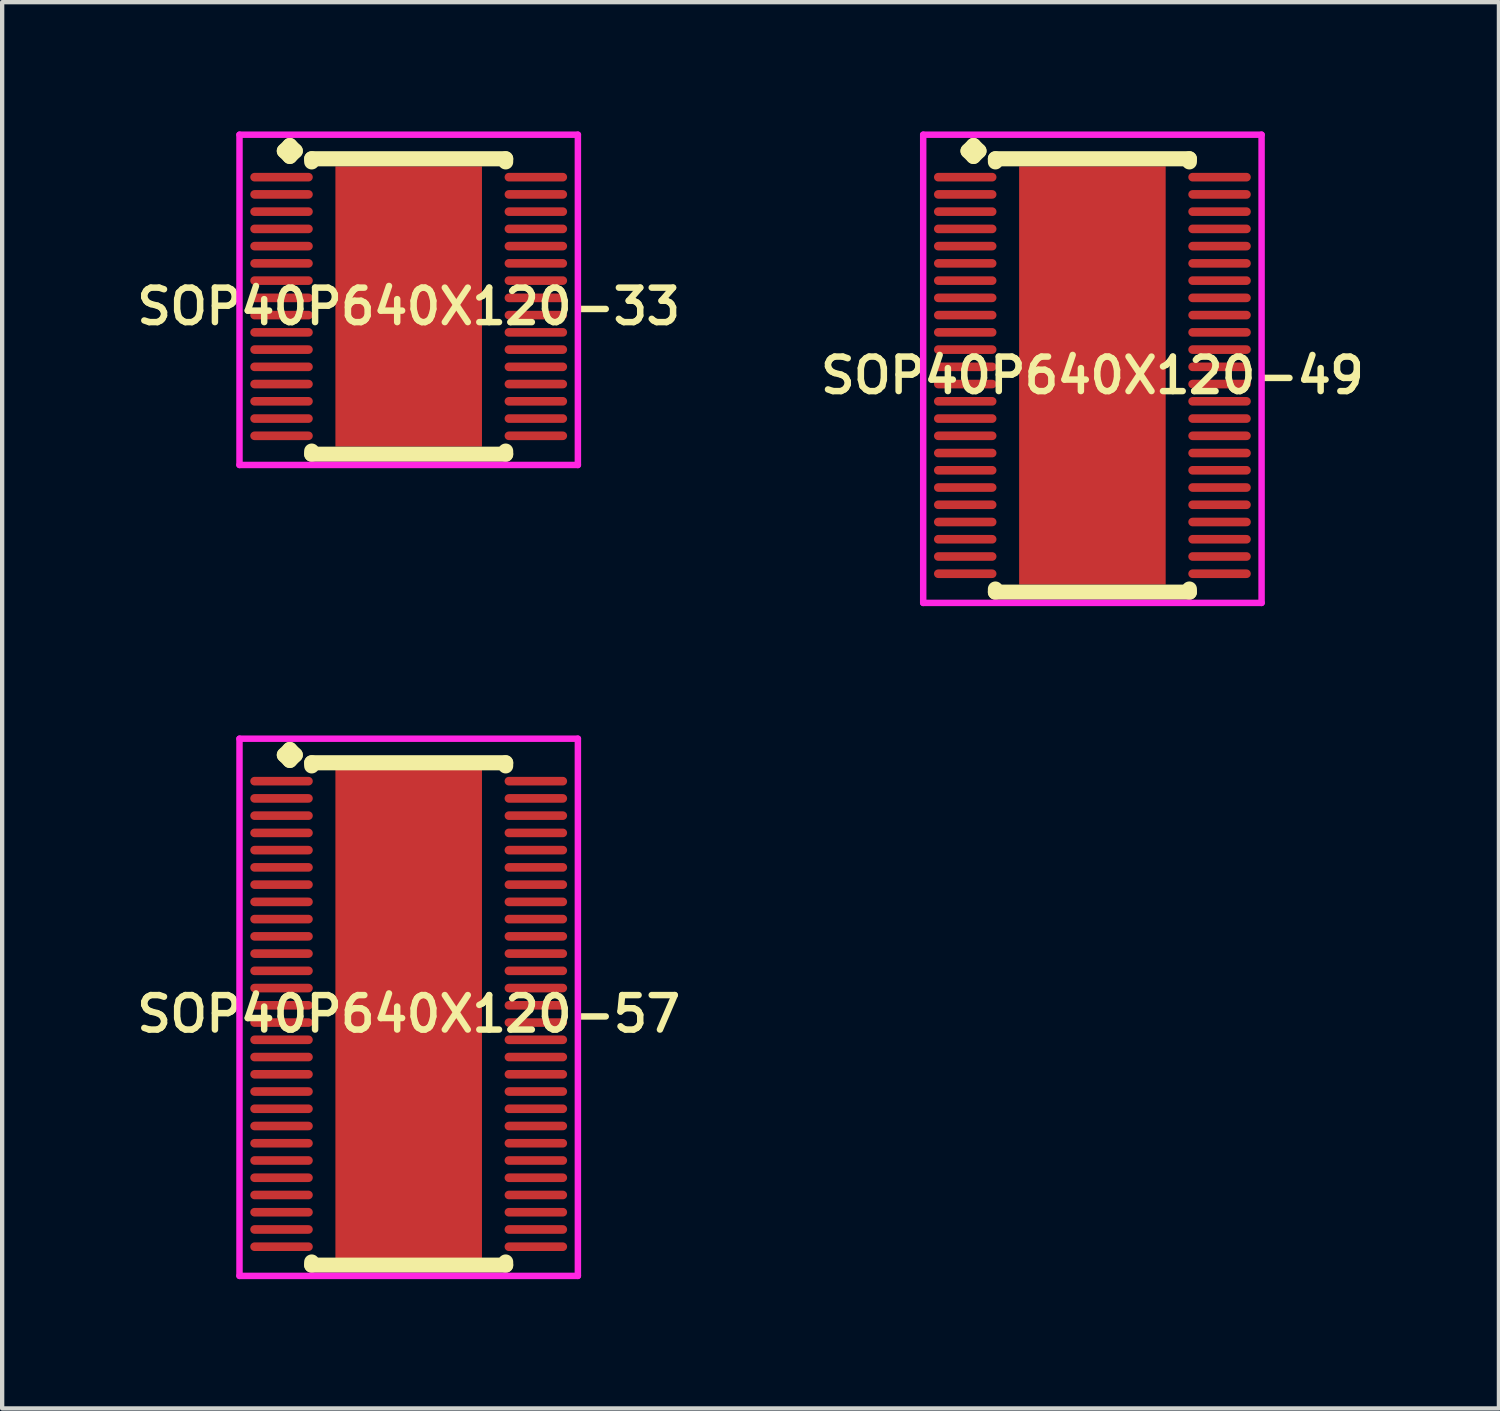
<source format=kicad_pcb>
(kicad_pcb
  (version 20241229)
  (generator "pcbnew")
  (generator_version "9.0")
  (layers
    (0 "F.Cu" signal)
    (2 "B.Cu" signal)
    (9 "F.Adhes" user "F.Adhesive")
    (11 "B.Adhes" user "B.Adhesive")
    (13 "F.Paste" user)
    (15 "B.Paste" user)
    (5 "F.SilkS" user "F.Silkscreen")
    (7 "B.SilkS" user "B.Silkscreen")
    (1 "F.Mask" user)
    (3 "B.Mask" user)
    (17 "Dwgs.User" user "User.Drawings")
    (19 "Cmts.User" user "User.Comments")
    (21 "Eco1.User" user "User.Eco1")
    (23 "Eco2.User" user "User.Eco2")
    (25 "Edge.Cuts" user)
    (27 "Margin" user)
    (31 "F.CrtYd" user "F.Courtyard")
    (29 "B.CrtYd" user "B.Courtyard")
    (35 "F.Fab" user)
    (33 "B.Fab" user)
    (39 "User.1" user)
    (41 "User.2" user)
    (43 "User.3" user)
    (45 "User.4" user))
  (footprint "SOP40P640X120-49"
    (layer "F.Cu")
    (at 22.292 5.66)
    (property "Reference" "SOP40P640X120-49" (at 0 0 0) (layer "F.SilkS") (effects (font (size 0.8 0.8) (thickness 0.15))))
    (attr smd)
    (fp_line (start -2.885 -5.208) (end -2.758 -5.335) (stroke (width 0.35) (type solid)) (layer "F.SilkS"))
    (fp_line (start -2.758 -5.335) (end -2.631 -5.208) (stroke (width 0.35) (type solid)) (layer "F.SilkS"))
    (fp_line (start -2.758 -5.081) (end -2.885 -5.208) (stroke (width 0.35) (type solid)) (layer "F.SilkS"))
    (fp_line (start -2.631 -5.208) (end -2.758 -5.081) (stroke (width 0.35) (type solid)) (layer "F.SilkS"))
    (fp_line (start -2.25 -5.027) (end 2.25 -5.027) (stroke (width 0.35) (type solid)) (layer "F.SilkS"))
    (fp_line (start -2.25 -4.954) (end -2.25 -5.027) (stroke (width 0.35) (type solid)) (layer "F.SilkS"))
    (fp_line (start -2.25 4.954) (end -2.25 5.027) (stroke (width 0.35) (type solid)) (layer "F.SilkS"))
    (fp_line (start -2.25 5.027) (end 2.25 5.027) (stroke (width 0.35) (type solid)) (layer "F.SilkS"))
    (fp_line (start 2.25 -5.027) (end 2.25 -4.954) (stroke (width 0.35) (type solid)) (layer "F.SilkS"))
    (fp_line (start 2.25 5.027) (end 2.25 4.954) (stroke (width 0.35) (type solid)) (layer "F.SilkS"))
    (fp_line (start -3.925 -5.585) (end 3.925 -5.585) (stroke (width 0.15) (type solid)) (layer "F.CrtYd"))
    (fp_line (start -3.925 5.277) (end -3.925 -5.585) (stroke (width 0.15) (type solid)) (layer "F.CrtYd"))
    (fp_line (start 3.925 -5.585) (end 3.925 5.277) (stroke (width 0.15) (type solid)) (layer "F.CrtYd"))
    (fp_line (start 3.925 5.277) (end -3.925 5.277) (stroke (width 0.15) (type solid)) (layer "F.CrtYd"))
    (pad "1" smd oval (at -2.95 -4.6) (size 1.45 0.2) (layers "F.Cu" "F.Mask" "F.Paste"))
    (pad "2" smd oval (at -2.95 -4.2) (size 1.45 0.2) (layers "F.Cu" "F.Mask" "F.Paste"))
    (pad "3" smd oval (at -2.95 -3.8) (size 1.45 0.2) (layers "F.Cu" "F.Mask" "F.Paste"))
    (pad "4" smd oval (at -2.95 -3.4) (size 1.45 0.2) (layers "F.Cu" "F.Mask" "F.Paste"))
    (pad "5" smd oval (at -2.95 -3) (size 1.45 0.2) (layers "F.Cu" "F.Mask" "F.Paste"))
    (pad "6" smd oval (at -2.95 -2.6) (size 1.45 0.2) (layers "F.Cu" "F.Mask" "F.Paste"))
    (pad "7" smd oval (at -2.95 -2.2) (size 1.45 0.2) (layers "F.Cu" "F.Mask" "F.Paste"))
    (pad "8" smd oval (at -2.95 -1.8) (size 1.45 0.2) (layers "F.Cu" "F.Mask" "F.Paste"))
    (pad "9" smd oval (at -2.95 -1.4) (size 1.45 0.2) (layers "F.Cu" "F.Mask" "F.Paste"))
    (pad "10" smd oval (at -2.95 -1) (size 1.45 0.2) (layers "F.Cu" "F.Mask" "F.Paste"))
    (pad "11" smd oval (at -2.95 -0.6) (size 1.45 0.2) (layers "F.Cu" "F.Mask" "F.Paste"))
    (pad "12" smd oval (at -2.95 -0.2) (size 1.45 0.2) (layers "F.Cu" "F.Mask" "F.Paste"))
    (pad "13" smd oval (at -2.95 0.2) (size 1.45 0.2) (layers "F.Cu" "F.Mask" "F.Paste"))
    (pad "14" smd oval (at -2.95 0.6) (size 1.45 0.2) (layers "F.Cu" "F.Mask" "F.Paste"))
    (pad "15" smd oval (at -2.95 1) (size 1.45 0.2) (layers "F.Cu" "F.Mask" "F.Paste"))
    (pad "16" smd oval (at -2.95 1.4) (size 1.45 0.2) (layers "F.Cu" "F.Mask" "F.Paste"))
    (pad "17" smd oval (at -2.95 1.8) (size 1.45 0.2) (layers "F.Cu" "F.Mask" "F.Paste"))
    (pad "18" smd oval (at -2.95 2.2) (size 1.45 0.2) (layers "F.Cu" "F.Mask" "F.Paste"))
    (pad "19" smd oval (at -2.95 2.6) (size 1.45 0.2) (layers "F.Cu" "F.Mask" "F.Paste"))
    (pad "20" smd oval (at -2.95 3) (size 1.45 0.2) (layers "F.Cu" "F.Mask" "F.Paste"))
    (pad "21" smd oval (at -2.95 3.4) (size 1.45 0.2) (layers "F.Cu" "F.Mask" "F.Paste"))
    (pad "22" smd oval (at -2.95 3.8) (size 1.45 0.2) (layers "F.Cu" "F.Mask" "F.Paste"))
    (pad "23" smd oval (at -2.95 4.2) (size 1.45 0.2) (layers "F.Cu" "F.Mask" "F.Paste"))
    (pad "24" smd oval (at -2.95 4.6) (size 1.45 0.2) (layers "F.Cu" "F.Mask" "F.Paste"))
    (pad "25" smd oval (at 2.95 4.6) (size 1.45 0.2) (layers "F.Cu" "F.Mask" "F.Paste"))
    (pad "26" smd oval (at 2.95 4.2) (size 1.45 0.2) (layers "F.Cu" "F.Mask" "F.Paste"))
    (pad "27" smd oval (at 2.95 3.8) (size 1.45 0.2) (layers "F.Cu" "F.Mask" "F.Paste"))
    (pad "28" smd oval (at 2.95 3.4) (size 1.45 0.2) (layers "F.Cu" "F.Mask" "F.Paste"))
    (pad "29" smd oval (at 2.95 3) (size 1.45 0.2) (layers "F.Cu" "F.Mask" "F.Paste"))
    (pad "30" smd oval (at 2.95 2.6) (size 1.45 0.2) (layers "F.Cu" "F.Mask" "F.Paste"))
    (pad "31" smd oval (at 2.95 2.2) (size 1.45 0.2) (layers "F.Cu" "F.Mask" "F.Paste"))
    (pad "32" smd oval (at 2.95 1.8) (size 1.45 0.2) (layers "F.Cu" "F.Mask" "F.Paste"))
    (pad "33" smd oval (at 2.95 1.4) (size 1.45 0.2) (layers "F.Cu" "F.Mask" "F.Paste"))
    (pad "34" smd oval (at 2.95 1) (size 1.45 0.2) (layers "F.Cu" "F.Mask" "F.Paste"))
    (pad "35" smd oval (at 2.95 0.6) (size 1.45 0.2) (layers "F.Cu" "F.Mask" "F.Paste"))
    (pad "36" smd oval (at 2.95 0.2) (size 1.45 0.2) (layers "F.Cu" "F.Mask" "F.Paste"))
    (pad "37" smd oval (at 2.95 -0.2) (size 1.45 0.2) (layers "F.Cu" "F.Mask" "F.Paste"))
    (pad "38" smd oval (at 2.95 -0.6) (size 1.45 0.2) (layers "F.Cu" "F.Mask" "F.Paste"))
    (pad "39" smd oval (at 2.95 -1) (size 1.45 0.2) (layers "F.Cu" "F.Mask" "F.Paste"))
    (pad "40" smd oval (at 2.95 -1.4) (size 1.45 0.2) (layers "F.Cu" "F.Mask" "F.Paste"))
    (pad "41" smd oval (at 2.95 -1.8) (size 1.45 0.2) (layers "F.Cu" "F.Mask" "F.Paste"))
    (pad "42" smd oval (at 2.95 -2.2) (size 1.45 0.2) (layers "F.Cu" "F.Mask" "F.Paste"))
    (pad "43" smd oval (at 2.95 -2.6) (size 1.45 0.2) (layers "F.Cu" "F.Mask" "F.Paste"))
    (pad "44" smd oval (at 2.95 -3) (size 1.45 0.2) (layers "F.Cu" "F.Mask" "F.Paste"))
    (pad "45" smd oval (at 2.95 -3.4) (size 1.45 0.2) (layers "F.Cu" "F.Mask" "F.Paste"))
    (pad "46" smd oval (at 2.95 -3.8) (size 1.45 0.2) (layers "F.Cu" "F.Mask" "F.Paste"))
    (pad "47" smd oval (at 2.95 -4.2) (size 1.45 0.2) (layers "F.Cu" "F.Mask" "F.Paste"))
    (pad "48" smd oval (at 2.95 -4.6) (size 1.45 0.2) (layers "F.Cu" "F.Mask" "F.Paste"))
    (pad "49" smd rect (at 0 0) (size 3.4 9.7) (layers "F.Cu" "F.Mask" "F.Paste")))
  (footprint "SOP40P640X120-57"
    (layer "F.Cu")
    (at 6.431 20.472)
    (property "Reference" "SOP40P640X120-57" (at 0 0 0) (layer "F.SilkS") (effects (font (size 0.8 0.8) (thickness 0.15))))
    (attr smd)
    (fp_line (start -2.885 -6.008) (end -2.758 -6.135) (stroke (width 0.35) (type solid)) (layer "F.SilkS"))
    (fp_line (start -2.758 -6.135) (end -2.631 -6.008) (stroke (width 0.35) (type solid)) (layer "F.SilkS"))
    (fp_line (start -2.758 -5.881) (end -2.885 -6.008) (stroke (width 0.35) (type solid)) (layer "F.SilkS"))
    (fp_line (start -2.631 -6.008) (end -2.758 -5.881) (stroke (width 0.35) (type solid)) (layer "F.SilkS"))
    (fp_line (start -2.25 -5.827) (end 2.25 -5.827) (stroke (width 0.35) (type solid)) (layer "F.SilkS"))
    (fp_line (start -2.25 -5.754) (end -2.25 -5.827) (stroke (width 0.35) (type solid)) (layer "F.SilkS"))
    (fp_line (start -2.25 5.754) (end -2.25 5.827) (stroke (width 0.35) (type solid)) (layer "F.SilkS"))
    (fp_line (start -2.25 5.827) (end 2.25 5.827) (stroke (width 0.35) (type solid)) (layer "F.SilkS"))
    (fp_line (start 2.25 -5.827) (end 2.25 -5.754) (stroke (width 0.35) (type solid)) (layer "F.SilkS"))
    (fp_line (start 2.25 5.827) (end 2.25 5.754) (stroke (width 0.35) (type solid)) (layer "F.SilkS"))
    (fp_line (start -3.925 -6.385) (end 3.925 -6.385) (stroke (width 0.15) (type solid)) (layer "F.CrtYd"))
    (fp_line (start -3.925 6.077) (end -3.925 -6.385) (stroke (width 0.15) (type solid)) (layer "F.CrtYd"))
    (fp_line (start 3.925 -6.385) (end 3.925 6.077) (stroke (width 0.15) (type solid)) (layer "F.CrtYd"))
    (fp_line (start 3.925 6.077) (end -3.925 6.077) (stroke (width 0.15) (type solid)) (layer "F.CrtYd"))
    (pad "1" smd oval (at -2.95 -5.4) (size 1.45 0.2) (layers "F.Cu" "F.Mask" "F.Paste"))
    (pad "2" smd oval (at -2.95 -5) (size 1.45 0.2) (layers "F.Cu" "F.Mask" "F.Paste"))
    (pad "3" smd oval (at -2.95 -4.6) (size 1.45 0.2) (layers "F.Cu" "F.Mask" "F.Paste"))
    (pad "4" smd oval (at -2.95 -4.2) (size 1.45 0.2) (layers "F.Cu" "F.Mask" "F.Paste"))
    (pad "5" smd oval (at -2.95 -3.8) (size 1.45 0.2) (layers "F.Cu" "F.Mask" "F.Paste"))
    (pad "6" smd oval (at -2.95 -3.4) (size 1.45 0.2) (layers "F.Cu" "F.Mask" "F.Paste"))
    (pad "7" smd oval (at -2.95 -3) (size 1.45 0.2) (layers "F.Cu" "F.Mask" "F.Paste"))
    (pad "8" smd oval (at -2.95 -2.6) (size 1.45 0.2) (layers "F.Cu" "F.Mask" "F.Paste"))
    (pad "9" smd oval (at -2.95 -2.2) (size 1.45 0.2) (layers "F.Cu" "F.Mask" "F.Paste"))
    (pad "10" smd oval (at -2.95 -1.8) (size 1.45 0.2) (layers "F.Cu" "F.Mask" "F.Paste"))
    (pad "11" smd oval (at -2.95 -1.4) (size 1.45 0.2) (layers "F.Cu" "F.Mask" "F.Paste"))
    (pad "12" smd oval (at -2.95 -1) (size 1.45 0.2) (layers "F.Cu" "F.Mask" "F.Paste"))
    (pad "13" smd oval (at -2.95 -0.6) (size 1.45 0.2) (layers "F.Cu" "F.Mask" "F.Paste"))
    (pad "14" smd oval (at -2.95 -0.2) (size 1.45 0.2) (layers "F.Cu" "F.Mask" "F.Paste"))
    (pad "15" smd oval (at -2.95 0.2) (size 1.45 0.2) (layers "F.Cu" "F.Mask" "F.Paste"))
    (pad "16" smd oval (at -2.95 0.6) (size 1.45 0.2) (layers "F.Cu" "F.Mask" "F.Paste"))
    (pad "17" smd oval (at -2.95 1) (size 1.45 0.2) (layers "F.Cu" "F.Mask" "F.Paste"))
    (pad "18" smd oval (at -2.95 1.4) (size 1.45 0.2) (layers "F.Cu" "F.Mask" "F.Paste"))
    (pad "19" smd oval (at -2.95 1.8) (size 1.45 0.2) (layers "F.Cu" "F.Mask" "F.Paste"))
    (pad "20" smd oval (at -2.95 2.2) (size 1.45 0.2) (layers "F.Cu" "F.Mask" "F.Paste"))
    (pad "21" smd oval (at -2.95 2.6) (size 1.45 0.2) (layers "F.Cu" "F.Mask" "F.Paste"))
    (pad "22" smd oval (at -2.95 3) (size 1.45 0.2) (layers "F.Cu" "F.Mask" "F.Paste"))
    (pad "23" smd oval (at -2.95 3.4) (size 1.45 0.2) (layers "F.Cu" "F.Mask" "F.Paste"))
    (pad "24" smd oval (at -2.95 3.8) (size 1.45 0.2) (layers "F.Cu" "F.Mask" "F.Paste"))
    (pad "25" smd oval (at -2.95 4.2) (size 1.45 0.2) (layers "F.Cu" "F.Mask" "F.Paste"))
    (pad "26" smd oval (at -2.95 4.6) (size 1.45 0.2) (layers "F.Cu" "F.Mask" "F.Paste"))
    (pad "27" smd oval (at -2.95 5) (size 1.45 0.2) (layers "F.Cu" "F.Mask" "F.Paste"))
    (pad "28" smd oval (at -2.95 5.4) (size 1.45 0.2) (layers "F.Cu" "F.Mask" "F.Paste"))
    (pad "29" smd oval (at 2.95 5.4) (size 1.45 0.2) (layers "F.Cu" "F.Mask" "F.Paste"))
    (pad "30" smd oval (at 2.95 5) (size 1.45 0.2) (layers "F.Cu" "F.Mask" "F.Paste"))
    (pad "31" smd oval (at 2.95 4.6) (size 1.45 0.2) (layers "F.Cu" "F.Mask" "F.Paste"))
    (pad "32" smd oval (at 2.95 4.2) (size 1.45 0.2) (layers "F.Cu" "F.Mask" "F.Paste"))
    (pad "33" smd oval (at 2.95 3.8) (size 1.45 0.2) (layers "F.Cu" "F.Mask" "F.Paste"))
    (pad "34" smd oval (at 2.95 3.4) (size 1.45 0.2) (layers "F.Cu" "F.Mask" "F.Paste"))
    (pad "35" smd oval (at 2.95 3) (size 1.45 0.2) (layers "F.Cu" "F.Mask" "F.Paste"))
    (pad "36" smd oval (at 2.95 2.6) (size 1.45 0.2) (layers "F.Cu" "F.Mask" "F.Paste"))
    (pad "37" smd oval (at 2.95 2.2) (size 1.45 0.2) (layers "F.Cu" "F.Mask" "F.Paste"))
    (pad "38" smd oval (at 2.95 1.8) (size 1.45 0.2) (layers "F.Cu" "F.Mask" "F.Paste"))
    (pad "39" smd oval (at 2.95 1.4) (size 1.45 0.2) (layers "F.Cu" "F.Mask" "F.Paste"))
    (pad "40" smd oval (at 2.95 1) (size 1.45 0.2) (layers "F.Cu" "F.Mask" "F.Paste"))
    (pad "41" smd oval (at 2.95 0.6) (size 1.45 0.2) (layers "F.Cu" "F.Mask" "F.Paste"))
    (pad "42" smd oval (at 2.95 0.2) (size 1.45 0.2) (layers "F.Cu" "F.Mask" "F.Paste"))
    (pad "43" smd oval (at 2.95 -0.2) (size 1.45 0.2) (layers "F.Cu" "F.Mask" "F.Paste"))
    (pad "44" smd oval (at 2.95 -0.6) (size 1.45 0.2) (layers "F.Cu" "F.Mask" "F.Paste"))
    (pad "45" smd oval (at 2.95 -1) (size 1.45 0.2) (layers "F.Cu" "F.Mask" "F.Paste"))
    (pad "46" smd oval (at 2.95 -1.4) (size 1.45 0.2) (layers "F.Cu" "F.Mask" "F.Paste"))
    (pad "47" smd oval (at 2.95 -1.8) (size 1.45 0.2) (layers "F.Cu" "F.Mask" "F.Paste"))
    (pad "48" smd oval (at 2.95 -2.2) (size 1.45 0.2) (layers "F.Cu" "F.Mask" "F.Paste"))
    (pad "49" smd oval (at 2.95 -2.6) (size 1.45 0.2) (layers "F.Cu" "F.Mask" "F.Paste"))
    (pad "50" smd oval (at 2.95 -3) (size 1.45 0.2) (layers "F.Cu" "F.Mask" "F.Paste"))
    (pad "51" smd oval (at 2.95 -3.4) (size 1.45 0.2) (layers "F.Cu" "F.Mask" "F.Paste"))
    (pad "52" smd oval (at 2.95 -3.8) (size 1.45 0.2) (layers "F.Cu" "F.Mask" "F.Paste"))
    (pad "53" smd oval (at 2.95 -4.2) (size 1.45 0.2) (layers "F.Cu" "F.Mask" "F.Paste"))
    (pad "54" smd oval (at 2.95 -4.6) (size 1.45 0.2) (layers "F.Cu" "F.Mask" "F.Paste"))
    (pad "55" smd oval (at 2.95 -5) (size 1.45 0.2) (layers "F.Cu" "F.Mask" "F.Paste"))
    (pad "56" smd oval (at 2.95 -5.4) (size 1.45 0.2) (layers "F.Cu" "F.Mask" "F.Paste"))
    (pad "57" smd rect (at 0 0) (size 3.4 11.4) (layers "F.Cu" "F.Mask" "F.Paste")))
  (footprint "SOP40P640X120-33"
    (layer "F.Cu")
    (at 6.431 4.06)
    (property "Reference" "SOP40P640X120-33" (at 0 0 0) (layer "F.SilkS") (effects (font (size 0.8 0.8) (thickness 0.15))))
    (attr smd)
    (fp_line (start -2.885 -3.608) (end -2.758 -3.735) (stroke (width 0.35) (type solid)) (layer "F.SilkS"))
    (fp_line (start -2.758 -3.735) (end -2.631 -3.608) (stroke (width 0.35) (type solid)) (layer "F.SilkS"))
    (fp_line (start -2.758 -3.481) (end -2.885 -3.608) (stroke (width 0.35) (type solid)) (layer "F.SilkS"))
    (fp_line (start -2.631 -3.608) (end -2.758 -3.481) (stroke (width 0.35) (type solid)) (layer "F.SilkS"))
    (fp_line (start -2.25 -3.427) (end 2.25 -3.427) (stroke (width 0.35) (type solid)) (layer "F.SilkS"))
    (fp_line (start -2.25 -3.354) (end -2.25 -3.427) (stroke (width 0.35) (type solid)) (layer "F.SilkS"))
    (fp_line (start -2.25 3.354) (end -2.25 3.427) (stroke (width 0.35) (type solid)) (layer "F.SilkS"))
    (fp_line (start -2.25 3.427) (end 2.25 3.427) (stroke (width 0.35) (type solid)) (layer "F.SilkS"))
    (fp_line (start 2.25 -3.427) (end 2.25 -3.354) (stroke (width 0.35) (type solid)) (layer "F.SilkS"))
    (fp_line (start 2.25 3.427) (end 2.25 3.354) (stroke (width 0.35) (type solid)) (layer "F.SilkS"))
    (fp_line (start -3.925 -3.985) (end 3.925 -3.985) (stroke (width 0.15) (type solid)) (layer "F.CrtYd"))
    (fp_line (start -3.925 3.677) (end -3.925 -3.985) (stroke (width 0.15) (type solid)) (layer "F.CrtYd"))
    (fp_line (start 3.925 -3.985) (end 3.925 3.677) (stroke (width 0.15) (type solid)) (layer "F.CrtYd"))
    (fp_line (start 3.925 3.677) (end -3.925 3.677) (stroke (width 0.15) (type solid)) (layer "F.CrtYd"))
    (pad "1" smd oval (at -2.95 -3) (size 1.45 0.2) (layers "F.Cu" "F.Mask" "F.Paste"))
    (pad "2" smd oval (at -2.95 -2.6) (size 1.45 0.2) (layers "F.Cu" "F.Mask" "F.Paste"))
    (pad "3" smd oval (at -2.95 -2.2) (size 1.45 0.2) (layers "F.Cu" "F.Mask" "F.Paste"))
    (pad "4" smd oval (at -2.95 -1.8) (size 1.45 0.2) (layers "F.Cu" "F.Mask" "F.Paste"))
    (pad "5" smd oval (at -2.95 -1.4) (size 1.45 0.2) (layers "F.Cu" "F.Mask" "F.Paste"))
    (pad "6" smd oval (at -2.95 -1) (size 1.45 0.2) (layers "F.Cu" "F.Mask" "F.Paste"))
    (pad "7" smd oval (at -2.95 -0.6) (size 1.45 0.2) (layers "F.Cu" "F.Mask" "F.Paste"))
    (pad "8" smd oval (at -2.95 -0.2) (size 1.45 0.2) (layers "F.Cu" "F.Mask" "F.Paste"))
    (pad "9" smd oval (at -2.95 0.2) (size 1.45 0.2) (layers "F.Cu" "F.Mask" "F.Paste"))
    (pad "10" smd oval (at -2.95 0.6) (size 1.45 0.2) (layers "F.Cu" "F.Mask" "F.Paste"))
    (pad "11" smd oval (at -2.95 1) (size 1.45 0.2) (layers "F.Cu" "F.Mask" "F.Paste"))
    (pad "12" smd oval (at -2.95 1.4) (size 1.45 0.2) (layers "F.Cu" "F.Mask" "F.Paste"))
    (pad "13" smd oval (at -2.95 1.8) (size 1.45 0.2) (layers "F.Cu" "F.Mask" "F.Paste"))
    (pad "14" smd oval (at -2.95 2.2) (size 1.45 0.2) (layers "F.Cu" "F.Mask" "F.Paste"))
    (pad "15" smd oval (at -2.95 2.6) (size 1.45 0.2) (layers "F.Cu" "F.Mask" "F.Paste"))
    (pad "16" smd oval (at -2.95 3) (size 1.45 0.2) (layers "F.Cu" "F.Mask" "F.Paste"))
    (pad "17" smd oval (at 2.95 3) (size 1.45 0.2) (layers "F.Cu" "F.Mask" "F.Paste"))
    (pad "18" smd oval (at 2.95 2.6) (size 1.45 0.2) (layers "F.Cu" "F.Mask" "F.Paste"))
    (pad "19" smd oval (at 2.95 2.2) (size 1.45 0.2) (layers "F.Cu" "F.Mask" "F.Paste"))
    (pad "20" smd oval (at 2.95 1.8) (size 1.45 0.2) (layers "F.Cu" "F.Mask" "F.Paste"))
    (pad "21" smd oval (at 2.95 1.4) (size 1.45 0.2) (layers "F.Cu" "F.Mask" "F.Paste"))
    (pad "22" smd oval (at 2.95 1) (size 1.45 0.2) (layers "F.Cu" "F.Mask" "F.Paste"))
    (pad "23" smd oval (at 2.95 0.6) (size 1.45 0.2) (layers "F.Cu" "F.Mask" "F.Paste"))
    (pad "24" smd oval (at 2.95 0.2) (size 1.45 0.2) (layers "F.Cu" "F.Mask" "F.Paste"))
    (pad "25" smd oval (at 2.95 -0.2) (size 1.45 0.2) (layers "F.Cu" "F.Mask" "F.Paste"))
    (pad "26" smd oval (at 2.95 -0.6) (size 1.45 0.2) (layers "F.Cu" "F.Mask" "F.Paste"))
    (pad "27" smd oval (at 2.95 -1) (size 1.45 0.2) (layers "F.Cu" "F.Mask" "F.Paste"))
    (pad "28" smd oval (at 2.95 -1.4) (size 1.45 0.2) (layers "F.Cu" "F.Mask" "F.Paste"))
    (pad "29" smd oval (at 2.95 -1.8) (size 1.45 0.2) (layers "F.Cu" "F.Mask" "F.Paste"))
    (pad "30" smd oval (at 2.95 -2.2) (size 1.45 0.2) (layers "F.Cu" "F.Mask" "F.Paste"))
    (pad "31" smd oval (at 2.95 -2.6) (size 1.45 0.2) (layers "F.Cu" "F.Mask" "F.Paste"))
    (pad "32" smd oval (at 2.95 -3) (size 1.45 0.2) (layers "F.Cu" "F.Mask" "F.Paste"))
    (pad "33" smd rect (at 0 0) (size 3.4 6.5) (layers "F.Cu" "F.Mask" "F.Paste")))
  (gr_rect
    (start -3 -3)
    (end 31.723 29.624)
    (stroke (width 0.1) (type default))
    (fill no)
    (layer "Edge.Cuts")))
</source>
